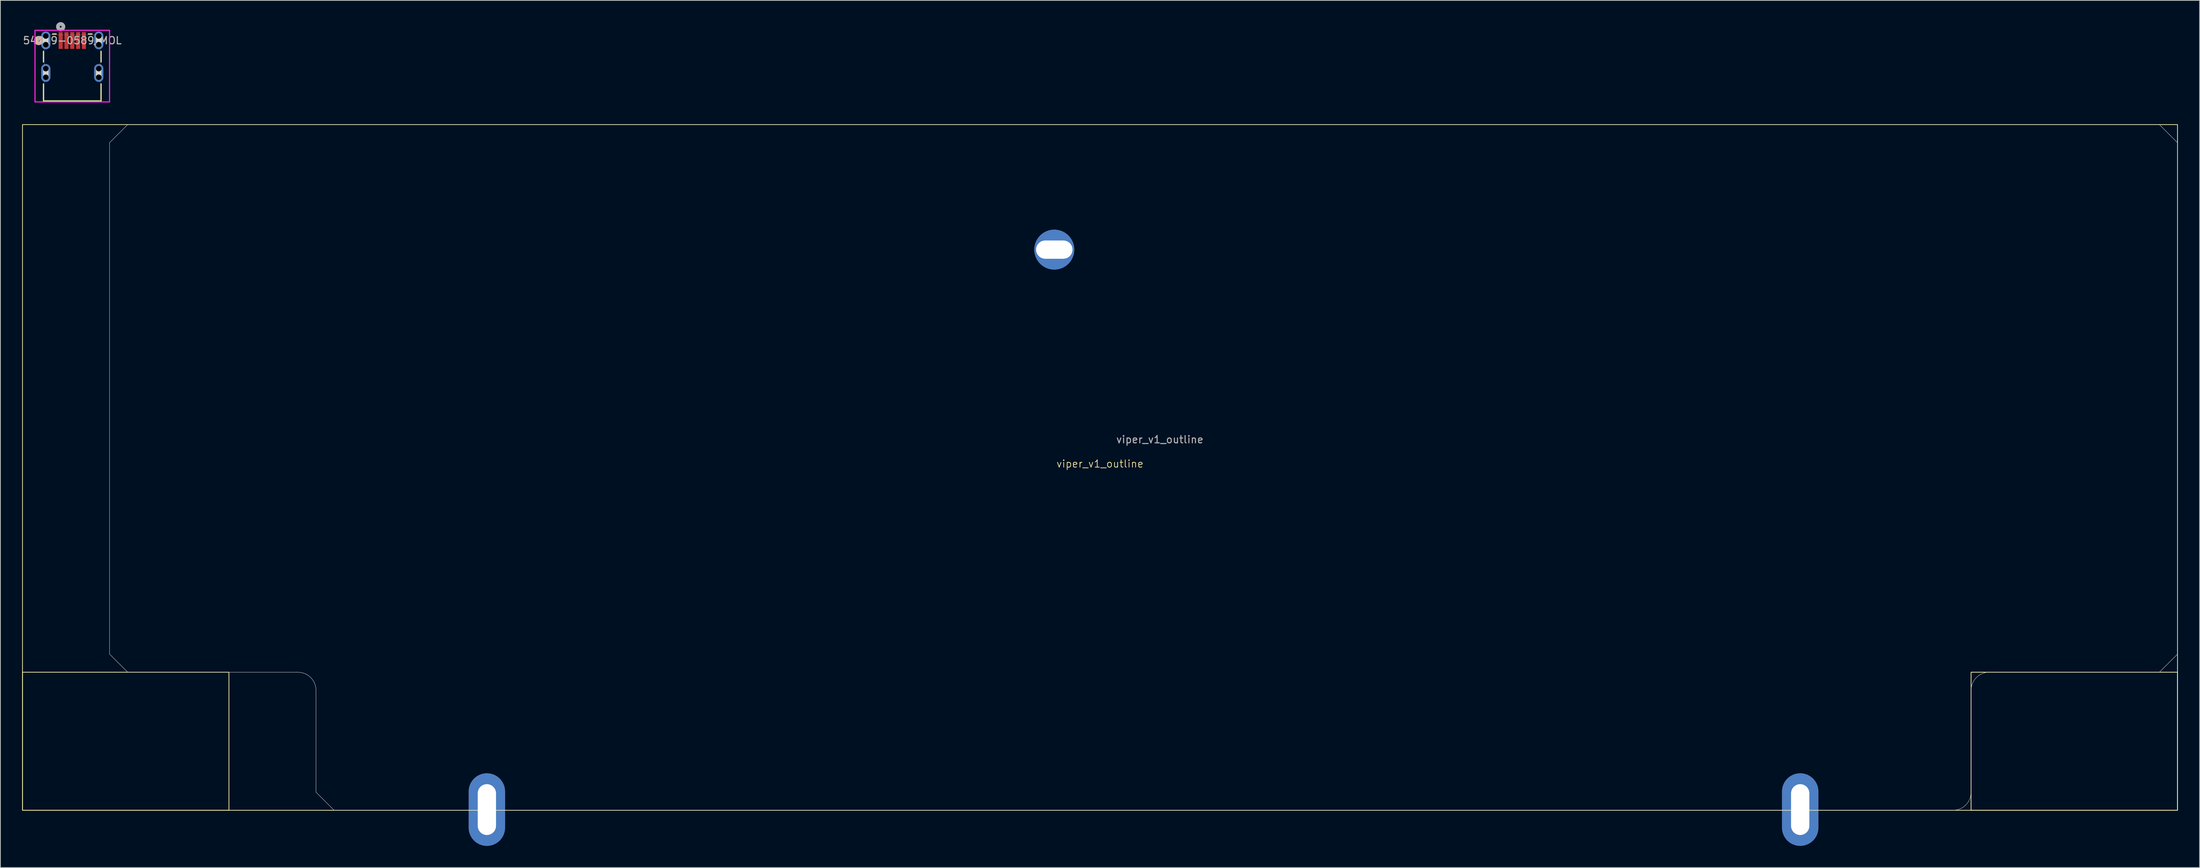
<source format=kicad_pcb>
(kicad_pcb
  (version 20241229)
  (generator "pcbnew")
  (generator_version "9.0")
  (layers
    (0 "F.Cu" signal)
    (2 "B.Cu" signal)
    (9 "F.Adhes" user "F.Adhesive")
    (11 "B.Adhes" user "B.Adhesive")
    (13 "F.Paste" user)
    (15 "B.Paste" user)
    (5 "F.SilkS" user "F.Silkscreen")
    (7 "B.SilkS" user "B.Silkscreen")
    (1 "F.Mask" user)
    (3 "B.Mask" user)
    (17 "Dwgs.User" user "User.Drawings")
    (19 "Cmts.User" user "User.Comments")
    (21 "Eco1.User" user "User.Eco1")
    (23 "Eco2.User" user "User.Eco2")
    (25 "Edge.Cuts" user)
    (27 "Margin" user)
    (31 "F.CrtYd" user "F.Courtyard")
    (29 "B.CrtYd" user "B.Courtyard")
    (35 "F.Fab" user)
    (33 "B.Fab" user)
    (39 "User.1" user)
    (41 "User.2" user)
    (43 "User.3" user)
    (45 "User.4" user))
  (footprint "viper_v1_outline"
    (layer "F.Cu")
    (at 148.55 61.437)
    (property "Reference" "viper_v1_outline" (at 0 -0.5 0) (unlocked yes) (layer "F.SilkS") (effects (font (size 1 1) (thickness 0.1))))
    (attr board_only exclude_from_bom)
    (fp_rect (start -148.5 28.25) (end -120.05 47.3) (stroke (width 0.1) (type solid)) (fill no) (layer "F.SilkS"))
    (fp_rect (start -148.5 47.3) (end 148.5 -47.3) (stroke (width 0.1) (type solid)) (fill no) (layer "F.SilkS"))
    (fp_rect (start 120.05 28.25) (end 148.5 47.3) (stroke (width 0.1) (type solid)) (fill no) (layer "F.SilkS"))
    (fp_line (start -136.5 -44.8) (end -136.5 25.75) (stroke (width 0.05) (type solid)) (layer "Edge.Cuts"))
    (fp_line (start -134 -47.3) (end -136.5 -44.8) (stroke (width 0.05) (type solid)) (layer "Edge.Cuts"))
    (fp_line (start -134 -47.3) (end 146 -47.3) (stroke (width 0.05) (type solid)) (layer "Edge.Cuts"))
    (fp_line (start -134 28.25) (end -136.5 25.75) (stroke (width 0.05) (type solid)) (layer "Edge.Cuts"))
    (fp_line (start -110.55 28.25) (end -134 28.25) (stroke (width 0.05) (type solid)) (layer "Edge.Cuts"))
    (fp_line (start -108.05 30.75) (end -108.05 44.8) (stroke (width 0.05) (type solid)) (layer "Edge.Cuts"))
    (fp_line (start -108.05 44.8) (end -105.55 47.3) (stroke (width 0.05) (type solid)) (layer "Edge.Cuts"))
    (fp_line (start -105.55 47.3) (end 117.55 47.3) (stroke (width 0.05) (type solid)) (layer "Edge.Cuts"))
    (fp_line (start 120.05 30.75) (end 120.05 44.8) (stroke (width 0.05) (type solid)) (layer "Edge.Cuts"))
    (fp_line (start 122.55 28.25) (end 146 28.25) (stroke (width 0.05) (type solid)) (layer "Edge.Cuts"))
    (fp_line (start 148.5 -44.8) (end 146 -47.3) (stroke (width 0.05) (type solid)) (layer "Edge.Cuts"))
    (fp_line (start 148.5 -44.8) (end 148.5 25.75) (stroke (width 0.05) (type solid)) (layer "Edge.Cuts"))
    (fp_line (start 148.5 25.75) (end 146 28.25) (stroke (width 0.05) (type solid)) (layer "Edge.Cuts"))
    (fp_arc (start -110.55 28.25) (mid -108.782233 28.982233) (end -108.05 30.75) (stroke (width 0.05) (type solid)) (layer "Edge.Cuts"))
    (fp_arc (start 120.05 30.75) (mid 120.782233 28.982233) (end 122.55 28.25) (stroke (width 0.05) (type solid)) (layer "Edge.Cuts"))
    (fp_arc (start 120.05 44.8) (mid 119.317767 46.567767) (end 117.55 47.3) (stroke (width 0.05) (type solid)) (layer "Edge.Cuts"))
    (fp_text user "${REFERENCE}" (at 8.25 -3.85 0) (unlocked yes) (layer "F.Fab") (effects (font (size 1 1) (thickness 0.15))))
    (pad "1" thru_hole oval (at -84.5 47.2 90) (size 10 5) (drill oval 7 2.5) (layers "*.Cu" "*.Mask"))
    (pad "1" thru_hole oval (at -84.5 47.2 90) (size 10 5) (drill oval 7 2.5) (layers "*.Cu" "*.Mask"))
    (pad "1" thru_hole circle (at -6.3 -30.05 180) (size 5.5 5.5) (drill oval 5 2.5) (layers "*.Cu" "*.Mask"))
    (pad "1" thru_hole circle (at -6.3 -30.05 180) (size 5.5 5.5) (drill oval 5 2.5) (layers "*.Cu" "*.Mask"))
    (pad "1" thru_hole oval (at 96.5 47.2 90) (size 10 5) (drill oval 7 2.5) (layers "*.Cu" "*.Mask"))
    (pad "1" thru_hole oval (at 96.5 47.2 90) (size 10 5) (drill oval 7 2.5) (layers "*.Cu" "*.Mask")))
  (footprint "54819-0589_MOL"
    (layer "F.Cu")
    (at 6.911 6.261)
    (property "Reference" "54819-0589_MOL" (at 0 -3.721 0) (unlocked yes) (layer "F.SilkS") (effects (font (size 1 1) (thickness 0.15))))
    (attr smd)
    (fp_line (start -3.975 -2.237) (end -3.975 -0.754) (stroke (width 0.152) (type solid)) (layer "F.SilkS"))
    (fp_line (start -3.975 2.263) (end -3.975 4.623) (stroke (width 0.152) (type solid)) (layer "F.SilkS"))
    (fp_line (start -3.975 4.623) (end 3.975 4.623) (stroke (width 0.152) (type solid)) (layer "F.SilkS"))
    (fp_line (start -2.212 -4.623) (end -2.724 -4.623) (stroke (width 0.152) (type solid)) (layer "F.SilkS"))
    (fp_line (start 2.724 -4.623) (end 2.212 -4.623) (stroke (width 0.152) (type solid)) (layer "F.SilkS"))
    (fp_line (start 3.975 -0.754) (end 3.975 -2.237) (stroke (width 0.152) (type solid)) (layer "F.SilkS"))
    (fp_line (start 3.975 4.623) (end 3.975 2.263) (stroke (width 0.152) (type solid)) (layer "F.SilkS"))
    (fp_arc (start -4.795541 -3.387975) (mid -4.9911 -3.720801) (end -4.79554 -4.053626) (stroke (width 0.508) (type solid)) (layer "F.SilkS"))
    (fp_circle (center -4.61 -3.721) (end -4.229 -3.721) (stroke (width 0.508) (type solid)) (fill no) (layer "B.SilkS"))
    (fp_line (start -3.65 -3.149) (end -3.65 -4.343) (stroke (width 0.762) (type solid)) (layer "Edge.Cuts"))
    (fp_line (start -3.65 1.351) (end -3.65 0.157) (stroke (width 0.762) (type solid)) (layer "Edge.Cuts"))
    (fp_line (start 3.65 -3.149) (end 3.65 -4.343) (stroke (width 0.762) (type solid)) (layer "Edge.Cuts"))
    (fp_line (start 3.65 1.351) (end 3.65 0.157) (stroke (width 0.762) (type solid)) (layer "Edge.Cuts"))
    (fp_line (start -5.136 -5.13) (end -5.136 4.75) (stroke (width 0.152) (type solid)) (layer "F.CrtYd"))
    (fp_line (start -5.136 4.75) (end 5.136 4.75) (stroke (width 0.152) (type solid)) (layer "F.CrtYd"))
    (fp_line (start 5.136 -5.13) (end -5.136 -5.13) (stroke (width 0.152) (type solid)) (layer "F.CrtYd"))
    (fp_line (start 5.136 4.75) (end 5.136 -5.13) (stroke (width 0.152) (type solid)) (layer "F.CrtYd"))
    (fp_line (start -3.848 -4.496) (end -3.848 4.496) (stroke (width 0.025) (type solid)) (layer "F.Fab"))
    (fp_line (start -3.848 4.496) (end 3.848 4.496) (stroke (width 0.025) (type solid)) (layer "F.Fab"))
    (fp_line (start 3.848 -4.496) (end -3.848 -4.496) (stroke (width 0.025) (type solid)) (layer "F.Fab"))
    (fp_line (start 3.848 4.496) (end 3.848 -4.496) (stroke (width 0.025) (type solid)) (layer "F.Fab"))
    (fp_circle (center -1.6 -5.626) (end -1.219 -5.626) (stroke (width 0.508) (type solid)) (fill no) (layer "F.Fab"))
    (fp_text user "${REFERENCE}" (at 0 -3.721 0) (unlocked yes) (layer "F.Fab") (effects (font (size 1 1) (thickness 0.15))))
    (pad "" np_thru_hole circle (at -3.65 -4.343) (size 0.762 0.762) (drill 0.762) (layers))
    (pad "" np_thru_hole circle (at -3.65 -3.149) (size 0.762 0.762) (drill 0.762) (layers))
    (pad "" np_thru_hole circle (at -3.65 0.157) (size 0.762 0.762) (drill 0.762) (layers))
    (pad "" np_thru_hole circle (at -3.65 1.351) (size 0.762 0.762) (drill 0.762) (layers))
    (pad "" np_thru_hole circle (at 3.65 -4.343) (size 0.762 0.762) (drill 0.762) (layers))
    (pad "" np_thru_hole circle (at 3.65 -3.149) (size 0.762 0.762) (drill 0.762) (layers))
    (pad "" np_thru_hole circle (at 3.65 0.157) (size 0.762 0.762) (drill 0.762) (layers))
    (pad "" np_thru_hole circle (at 3.65 1.351) (size 0.762 0.762) (drill 0.762) (layers))
    (pad "1" smd rect (at -1.6 -3.721) (size 0.559 2.311) (layers "F.Cu" "F.Mask" "F.Paste"))
    (pad "2" smd rect (at -0.8 -3.721) (size 0.559 2.311) (layers "F.Cu" "F.Mask" "F.Paste"))
    (pad "3" smd rect (at 0 -3.721) (size 0.559 2.311) (layers "F.Cu" "F.Mask" "F.Paste"))
    (pad "4" smd rect (at 0.8 -3.721) (size 0.559 2.311) (layers "F.Cu" "F.Mask" "F.Paste"))
    (pad "5" smd rect (at 1.6 -3.721) (size 0.559 2.311) (layers "F.Cu" "F.Mask" "F.Paste"))
    (pad "S_1" thru_hole oval (at -3.65 -3.746 90) (size 2.464 1.27) (drill 0.025) (layers "*.Cu" "*.Mask"))
    (pad "S_2" thru_hole oval (at 3.65 -3.746 90) (size 2.464 1.27) (drill 0.025) (layers "*.Cu" "*.Mask"))
    (pad "S_3" thru_hole oval (at -3.65 0.754 90) (size 2.464 1.27) (drill 0.025) (layers "*.Cu" "*.Mask"))
    (pad "S_4" thru_hole oval (at 3.65 0.754 90) (size 2.464 1.27) (drill 0.025) (layers "*.Cu" "*.Mask")))
  (gr_rect
    (start -3 -3)
    (end 300.1 116.637)
    (stroke (width 0.1) (type default))
    (fill no)
    (layer "Edge.Cuts")))
</source>
